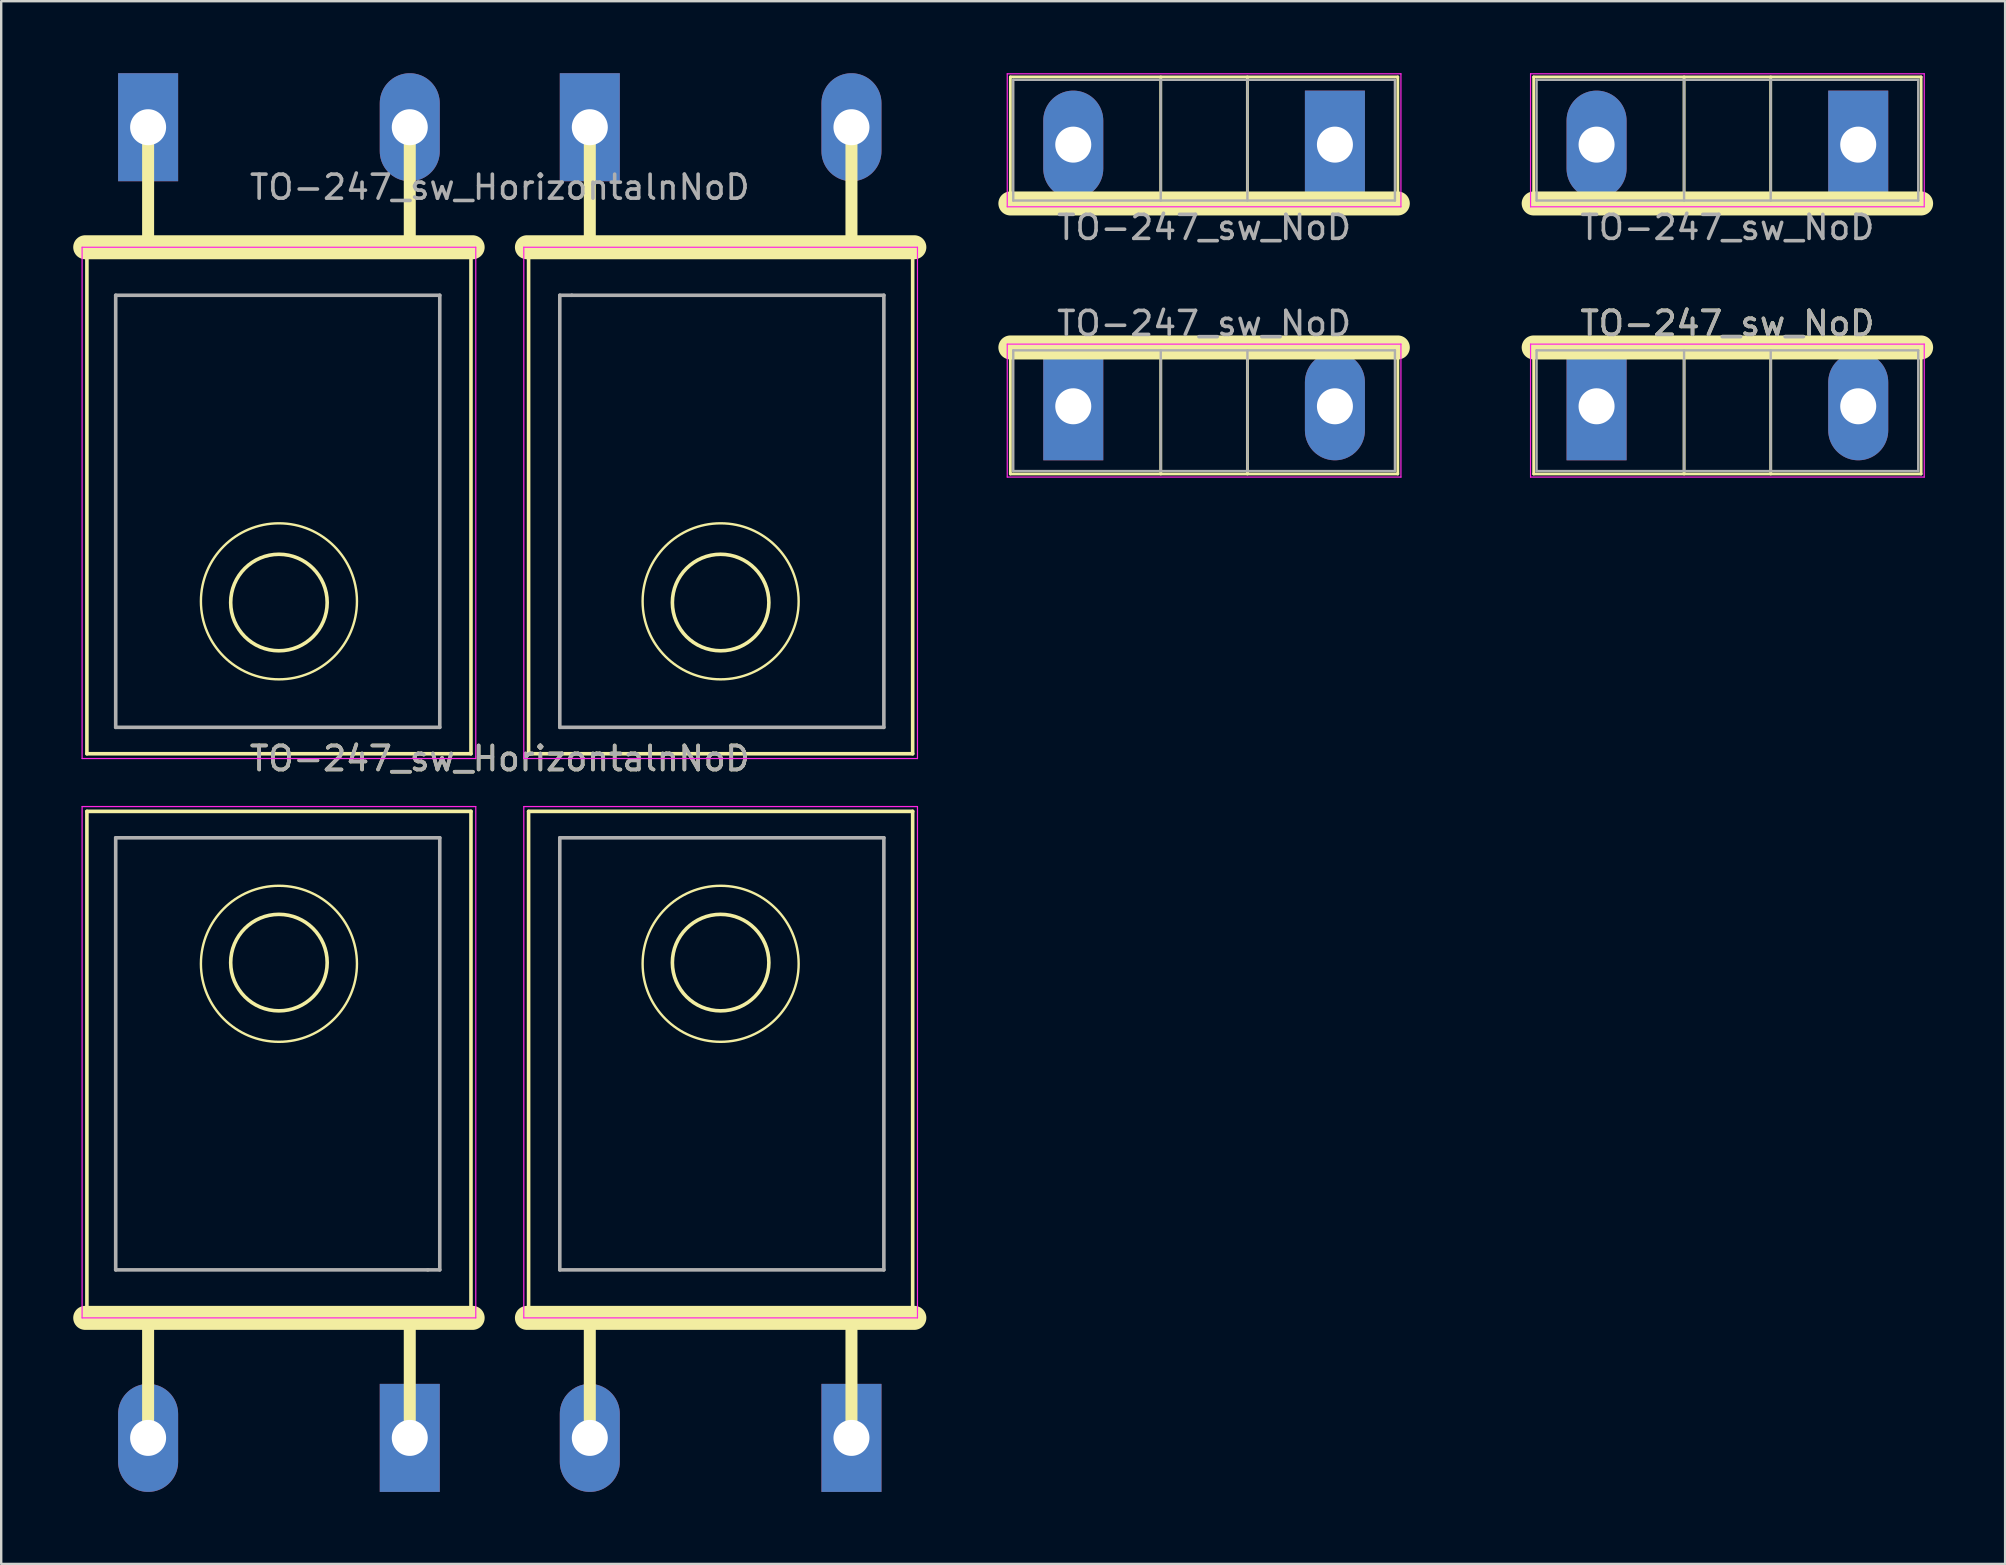
<source format=kicad_pcb>
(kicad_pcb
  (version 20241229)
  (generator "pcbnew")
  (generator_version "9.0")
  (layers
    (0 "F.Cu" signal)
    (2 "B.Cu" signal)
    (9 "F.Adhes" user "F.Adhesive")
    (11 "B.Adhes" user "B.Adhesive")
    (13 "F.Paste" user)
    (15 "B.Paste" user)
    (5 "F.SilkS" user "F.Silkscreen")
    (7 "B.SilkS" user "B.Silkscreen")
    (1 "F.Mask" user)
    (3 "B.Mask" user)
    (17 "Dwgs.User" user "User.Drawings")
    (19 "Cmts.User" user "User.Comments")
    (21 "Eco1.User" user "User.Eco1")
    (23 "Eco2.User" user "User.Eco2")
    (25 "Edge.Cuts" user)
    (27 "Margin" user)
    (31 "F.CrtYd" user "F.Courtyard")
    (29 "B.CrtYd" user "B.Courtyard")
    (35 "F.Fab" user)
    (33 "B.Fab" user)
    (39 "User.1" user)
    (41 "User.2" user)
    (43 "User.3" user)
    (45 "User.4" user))
  (footprint "TO-247_sw_HorizontalnNoD"
    (layer "F.Cu")
    (at 17.77 29.55)
    (property "Reference" "TO-247_sw_HorizontalnNoD" (at 0 -1 0) (layer "F.SilkS") (effects (font (size 1 1) (thickness 0.15))))
    (attr through_hole)
    (fp_line (start -17.27 22.3) (end -1.13 22.3) (stroke (width 1) (type solid)) (layer "F.SilkS"))
    (fp_line (start -17.2 -22.3) (end -17.2 -1.2) (stroke (width 0.15) (type solid)) (layer "F.SilkS"))
    (fp_line (start -17.2 1.2) (end -1.2 1.2) (stroke (width 0.15) (type solid)) (layer "F.SilkS"))
    (fp_line (start -17.2 22.3) (end -17.2 1.2) (stroke (width 0.15) (type solid)) (layer "F.SilkS"))
    (fp_line (start -14.65 -27.3) (end -14.65 -22.3) (stroke (width 0.5) (type solid)) (layer "F.SilkS"))
    (fp_line (start -14.65 27.3) (end -14.65 22.3) (stroke (width 0.5) (type solid)) (layer "F.SilkS"))
    (fp_line (start -3.75 -27.3) (end -3.75 -22.3) (stroke (width 0.5) (type solid)) (layer "F.SilkS"))
    (fp_line (start -3.75 27.3) (end -3.75 22.3) (stroke (width 0.5) (type solid)) (layer "F.SilkS"))
    (fp_line (start -1.2 -22.3) (end -1.2 -1.2) (stroke (width 0.15) (type solid)) (layer "F.SilkS"))
    (fp_line (start -1.2 -1.2) (end -17.2 -1.2) (stroke (width 0.15) (type solid)) (layer "F.SilkS"))
    (fp_line (start -1.2 22.3) (end -1.2 1.2) (stroke (width 0.15) (type solid)) (layer "F.SilkS"))
    (fp_line (start -1.13 -22.3) (end -17.27 -22.3) (stroke (width 1) (type solid)) (layer "F.SilkS"))
    (fp_line (start 1.13 22.3) (end 17.27 22.3) (stroke (width 1) (type solid)) (layer "F.SilkS"))
    (fp_line (start 1.2 -22.3) (end 1.2 -1.2) (stroke (width 0.15) (type solid)) (layer "F.SilkS"))
    (fp_line (start 1.2 1.2) (end 17.2 1.2) (stroke (width 0.15) (type solid)) (layer "F.SilkS"))
    (fp_line (start 1.2 22.3) (end 1.2 1.2) (stroke (width 0.15) (type solid)) (layer "F.SilkS"))
    (fp_line (start 3.75 -27.3) (end 3.75 -22.3) (stroke (width 0.5) (type solid)) (layer "F.SilkS"))
    (fp_line (start 3.75 27.3) (end 3.75 22.3) (stroke (width 0.5) (type solid)) (layer "F.SilkS"))
    (fp_line (start 14.65 -27.3) (end 14.65 -22.3) (stroke (width 0.5) (type solid)) (layer "F.SilkS"))
    (fp_line (start 14.65 27.3) (end 14.65 22.3) (stroke (width 0.5) (type solid)) (layer "F.SilkS"))
    (fp_line (start 17.2 -22.3) (end 17.2 -1.2) (stroke (width 0.15) (type solid)) (layer "F.SilkS"))
    (fp_line (start 17.2 -1.2) (end 1.2 -1.2) (stroke (width 0.15) (type solid)) (layer "F.SilkS"))
    (fp_line (start 17.2 22.3) (end 17.2 1.2) (stroke (width 0.15) (type solid)) (layer "F.SilkS"))
    (fp_line (start 17.27 -22.3) (end 1.13 -22.3) (stroke (width 1) (type solid)) (layer "F.SilkS"))
    (fp_circle (center -9.2 -7.55) (end -6.2 -6.3) (stroke (width 0.1) (type solid)) (fill no) (layer "F.SilkS"))
    (fp_circle (center -9.2 -7.5) (end -7.2 -7.3) (stroke (width 0.15) (type solid)) (fill no) (layer "F.SilkS"))
    (fp_circle (center -9.2 7.5) (end -11.2 7.3) (stroke (width 0.15) (type solid)) (fill no) (layer "F.SilkS"))
    (fp_circle (center -9.2 7.55) (end -12.2 6.3) (stroke (width 0.1) (type solid)) (fill no) (layer "F.SilkS"))
    (fp_circle (center 9.2 -7.55) (end 12.2 -6.3) (stroke (width 0.1) (type solid)) (fill no) (layer "F.SilkS"))
    (fp_circle (center 9.2 -7.5) (end 11.2 -7.3) (stroke (width 0.15) (type solid)) (fill no) (layer "F.SilkS"))
    (fp_circle (center 9.2 7.5) (end 7.2 7.3) (stroke (width 0.15) (type solid)) (fill no) (layer "F.SilkS"))
    (fp_circle (center 9.2 7.55) (end 6.2 6.3) (stroke (width 0.1) (type solid)) (fill no) (layer "F.SilkS"))
    (fp_line (start -17.4 -22.3) (end -1 -22.3) (stroke (width 0.05) (type solid)) (layer "F.CrtYd"))
    (fp_line (start -17.4 -1) (end -17.4 -22.3) (stroke (width 0.05) (type solid)) (layer "F.CrtYd"))
    (fp_line (start -17.4 1) (end -1 1) (stroke (width 0.05) (type solid)) (layer "F.CrtYd"))
    (fp_line (start -17.4 22.3) (end -17.4 1) (stroke (width 0.05) (type solid)) (layer "F.CrtYd"))
    (fp_line (start -1 -22.3) (end -1 -1) (stroke (width 0.05) (type solid)) (layer "F.CrtYd"))
    (fp_line (start -1 -1) (end -17.4 -1) (stroke (width 0.05) (type solid)) (layer "F.CrtYd"))
    (fp_line (start -1 1) (end -1 22.3) (stroke (width 0.05) (type solid)) (layer "F.CrtYd"))
    (fp_line (start -1 22.3) (end -17.4 22.3) (stroke (width 0.05) (type solid)) (layer "F.CrtYd"))
    (fp_line (start 1 -22.3) (end 17.4 -22.3) (stroke (width 0.05) (type solid)) (layer "F.CrtYd"))
    (fp_line (start 1 -1) (end 1 -22.3) (stroke (width 0.05) (type solid)) (layer "F.CrtYd"))
    (fp_line (start 1 1) (end 17.4 1) (stroke (width 0.05) (type solid)) (layer "F.CrtYd"))
    (fp_line (start 1 22.3) (end 1 1) (stroke (width 0.05) (type solid)) (layer "F.CrtYd"))
    (fp_line (start 17.4 -22.3) (end 17.4 -1) (stroke (width 0.05) (type solid)) (layer "F.CrtYd"))
    (fp_line (start 17.4 -1) (end 1 -1) (stroke (width 0.05) (type solid)) (layer "F.CrtYd"))
    (fp_line (start 17.4 1) (end 17.4 22.3) (stroke (width 0.05) (type solid)) (layer "F.CrtYd"))
    (fp_line (start 17.4 22.3) (end 1 22.3) (stroke (width 0.05) (type solid)) (layer "F.CrtYd"))
    (fp_line (start -16 -20.3) (end -16 -2.3) (stroke (width 0.15) (type solid)) (layer "F.Fab"))
    (fp_line (start -16 -2.3) (end -2.5 -2.3) (stroke (width 0.15) (type solid)) (layer "F.Fab"))
    (fp_line (start -16 2.3) (end -16 20.3) (stroke (width 0.15) (type solid)) (layer "F.Fab"))
    (fp_line (start -16 20.3) (end -3 20.3) (stroke (width 0.15) (type solid)) (layer "F.Fab"))
    (fp_line (start -3 20.3) (end -2.5 20.3) (stroke (width 0.15) (type solid)) (layer "F.Fab"))
    (fp_line (start -2.5 -20.3) (end -16 -20.3) (stroke (width 0.15) (type solid)) (layer "F.Fab"))
    (fp_line (start -2.5 -2.3) (end -2.5 -20.3) (stroke (width 0.15) (type solid)) (layer "F.Fab"))
    (fp_line (start -2.5 2.3) (end -16 2.3) (stroke (width 0.15) (type solid)) (layer "F.Fab"))
    (fp_line (start -2.5 20.3) (end -2.5 2.3) (stroke (width 0.15) (type solid)) (layer "F.Fab"))
    (fp_line (start 2.5 -20.3) (end 2.5 -2.3) (stroke (width 0.15) (type solid)) (layer "F.Fab"))
    (fp_line (start 2.5 -2.3) (end 16 -2.3) (stroke (width 0.15) (type solid)) (layer "F.Fab"))
    (fp_line (start 2.5 2.3) (end 2.5 20.3) (stroke (width 0.15) (type solid)) (layer "F.Fab"))
    (fp_line (start 2.5 20.3) (end 16 20.3) (stroke (width 0.15) (type solid)) (layer "F.Fab"))
    (fp_line (start 3 -20.3) (end 2.5 -20.3) (stroke (width 0.15) (type solid)) (layer "F.Fab"))
    (fp_line (start 16 -20.3) (end 3 -20.3) (stroke (width 0.15) (type solid)) (layer "F.Fab"))
    (fp_line (start 16 -2.3) (end 16 -20.3) (stroke (width 0.15) (type solid)) (layer "F.Fab"))
    (fp_line (start 16 2.3) (end 2.5 2.3) (stroke (width 0.15) (type solid)) (layer "F.Fab"))
    (fp_line (start 16 20.3) (end 16 2.3) (stroke (width 0.15) (type solid)) (layer "F.Fab"))
    (fp_text user "${REFERENCE}" (at 0 -1 180) (layer "F.Fab") (effects (font (size 1 1) (thickness 0.15))))
    (fp_text user "${REFERENCE}" (at 0 -24.8 0) (layer "F.Fab") (effects (font (size 1 1) (thickness 0.15))))
    (pad "G1" thru_hole rect (at -14.65 -27.3) (size 2.5 4.5) (drill 1.5) (layers "*.Cu" "*.Mask"))
    (pad "G1" thru_hole rect (at 3.75 -27.3) (size 2.5 4.5) (drill 1.5) (layers "*.Cu" "*.Mask"))
    (pad "G2" thru_hole rect (at -3.75 27.3 180) (size 2.5 4.5) (drill 1.5) (layers "*.Cu" "*.Mask"))
    (pad "G2" thru_hole rect (at 14.65 27.3 180) (size 2.5 4.5) (drill 1.5) (layers "*.Cu" "*.Mask"))
    (pad "S1" thru_hole oval (at -3.75 -27.3) (size 2.5 4.5) (drill 1.5) (layers "*.Cu" "*.Mask"))
    (pad "S1" thru_hole oval (at 14.65 -27.3) (size 2.5 4.5) (drill 1.5) (layers "*.Cu" "*.Mask"))
    (pad "S2" thru_hole oval (at -14.65 27.3 180) (size 2.5 4.5) (drill 1.5) (layers "*.Cu" "*.Mask"))
    (pad "S2" thru_hole oval (at 3.75 27.3 180) (size 2.5 4.5) (drill 1.5) (layers "*.Cu" "*.Mask")))
  (footprint "TO-247_sw_NoD"
    (layer "F.Cu")
    (at 58.01 8.425)
    (property "Reference" "TO-247_sw_NoD" (at 10.9 2 0) (layer "F.SilkS") (effects (font (size 1 1) (thickness 0.15))))
    (attr through_hole)
    (fp_line (start -18.97 -2.999) (end -18.97 -8.27) (stroke (width 0.12) (type solid)) (layer "F.SilkS"))
    (fp_line (start -18.97 2.999) (end -18.97 8.27) (stroke (width 0.12) (type solid)) (layer "F.SilkS"))
    (fp_line (start -18.97 2.999) (end -2.83 2.999) (stroke (width 1) (type solid)) (layer "F.SilkS"))
    (fp_line (start -18.97 8.27) (end -2.83 8.27) (stroke (width 0.12) (type solid)) (layer "F.SilkS"))
    (fp_line (start -12.705 -2.999) (end -12.705 -8.27) (stroke (width 0.12) (type solid)) (layer "F.SilkS"))
    (fp_line (start -12.704 2.999) (end -12.704 8.27) (stroke (width 0.12) (type solid)) (layer "F.SilkS"))
    (fp_line (start -9.096 -2.999) (end -9.096 -8.27) (stroke (width 0.12) (type solid)) (layer "F.SilkS"))
    (fp_line (start -9.095 2.999) (end -9.095 8.27) (stroke (width 0.12) (type solid)) (layer "F.SilkS"))
    (fp_line (start -2.83 -8.27) (end -18.97 -8.27) (stroke (width 0.12) (type solid)) (layer "F.SilkS"))
    (fp_line (start -2.83 -2.999) (end -18.97 -2.999) (stroke (width 1) (type solid)) (layer "F.SilkS"))
    (fp_line (start -2.83 -2.999) (end -2.83 -8.27) (stroke (width 0.12) (type solid)) (layer "F.SilkS"))
    (fp_line (start -2.83 2.999) (end -2.83 8.27) (stroke (width 0.12) (type solid)) (layer "F.SilkS"))
    (fp_line (start 2.83 -2.999) (end 2.83 -8.27) (stroke (width 0.12) (type solid)) (layer "F.SilkS"))
    (fp_line (start 2.83 2.999) (end 2.83 8.27) (stroke (width 0.12) (type solid)) (layer "F.SilkS"))
    (fp_line (start 2.83 2.999) (end 18.97 2.999) (stroke (width 1) (type solid)) (layer "F.SilkS"))
    (fp_line (start 2.83 8.27) (end 18.97 8.27) (stroke (width 0.12) (type solid)) (layer "F.SilkS"))
    (fp_line (start 9.095 -2.999) (end 9.095 -8.27) (stroke (width 0.12) (type solid)) (layer "F.SilkS"))
    (fp_line (start 9.096 2.999) (end 9.096 8.27) (stroke (width 0.12) (type solid)) (layer "F.SilkS"))
    (fp_line (start 12.704 -2.999) (end 12.704 -8.27) (stroke (width 0.12) (type solid)) (layer "F.SilkS"))
    (fp_line (start 12.705 2.999) (end 12.705 8.27) (stroke (width 0.12) (type solid)) (layer "F.SilkS"))
    (fp_line (start 18.97 -8.27) (end 2.83 -8.27) (stroke (width 0.12) (type solid)) (layer "F.SilkS"))
    (fp_line (start 18.97 -2.999) (end 2.83 -2.999) (stroke (width 1) (type solid)) (layer "F.SilkS"))
    (fp_line (start 18.97 -2.999) (end 18.97 -8.27) (stroke (width 0.12) (type solid)) (layer "F.SilkS"))
    (fp_line (start 18.97 2.999) (end 18.97 8.27) (stroke (width 0.12) (type solid)) (layer "F.SilkS"))
    (fp_line (start -19.1 -8.4) (end -19.1 -2.86) (stroke (width 0.05) (type solid)) (layer "F.CrtYd"))
    (fp_line (start -19.1 -2.86) (end -2.7 -2.86) (stroke (width 0.05) (type solid)) (layer "F.CrtYd"))
    (fp_line (start -19.1 2.86) (end -19.1 8.4) (stroke (width 0.05) (type solid)) (layer "F.CrtYd"))
    (fp_line (start -19.1 8.4) (end -2.7 8.4) (stroke (width 0.05) (type solid)) (layer "F.CrtYd"))
    (fp_line (start -2.7 -8.4) (end -19.1 -8.4) (stroke (width 0.05) (type solid)) (layer "F.CrtYd"))
    (fp_line (start -2.7 -2.86) (end -2.7 -8.4) (stroke (width 0.05) (type solid)) (layer "F.CrtYd"))
    (fp_line (start -2.7 2.86) (end -19.1 2.86) (stroke (width 0.05) (type solid)) (layer "F.CrtYd"))
    (fp_line (start -2.7 8.4) (end -2.7 2.86) (stroke (width 0.05) (type solid)) (layer "F.CrtYd"))
    (fp_line (start 2.7 -8.4) (end 2.7 -2.86) (stroke (width 0.05) (type solid)) (layer "F.CrtYd"))
    (fp_line (start 2.7 -2.86) (end 19.1 -2.86) (stroke (width 0.05) (type solid)) (layer "F.CrtYd"))
    (fp_line (start 2.7 2.86) (end 2.7 8.4) (stroke (width 0.05) (type solid)) (layer "F.CrtYd"))
    (fp_line (start 2.7 8.4) (end 19.1 8.4) (stroke (width 0.05) (type solid)) (layer "F.CrtYd"))
    (fp_line (start 19.1 -8.4) (end 2.7 -8.4) (stroke (width 0.05) (type solid)) (layer "F.CrtYd"))
    (fp_line (start 19.1 -2.86) (end 19.1 -8.4) (stroke (width 0.05) (type solid)) (layer "F.CrtYd"))
    (fp_line (start 19.1 2.86) (end 2.7 2.86) (stroke (width 0.05) (type solid)) (layer "F.CrtYd"))
    (fp_line (start 19.1 8.4) (end 19.1 2.86) (stroke (width 0.05) (type solid)) (layer "F.CrtYd"))
    (fp_line (start -18.85 -8.15) (end -18.85 -3.12) (stroke (width 0.1) (type solid)) (layer "F.Fab"))
    (fp_line (start -18.85 -3.12) (end -2.95 -3.12) (stroke (width 0.1) (type solid)) (layer "F.Fab"))
    (fp_line (start -18.85 3.12) (end -18.85 8.15) (stroke (width 0.1) (type solid)) (layer "F.Fab"))
    (fp_line (start -18.85 8.15) (end -2.95 8.15) (stroke (width 0.1) (type solid)) (layer "F.Fab"))
    (fp_line (start -12.705 -3.12) (end -12.705 -8.15) (stroke (width 0.1) (type solid)) (layer "F.Fab"))
    (fp_line (start -12.705 3.12) (end -12.705 8.15) (stroke (width 0.1) (type solid)) (layer "F.Fab"))
    (fp_line (start -9.095 -3.12) (end -9.095 -8.15) (stroke (width 0.1) (type solid)) (layer "F.Fab"))
    (fp_line (start -9.095 3.12) (end -9.095 8.15) (stroke (width 0.1) (type solid)) (layer "F.Fab"))
    (fp_line (start -2.95 -8.15) (end -18.85 -8.15) (stroke (width 0.1) (type solid)) (layer "F.Fab"))
    (fp_line (start -2.95 -3.12) (end -2.95 -8.15) (stroke (width 0.1) (type solid)) (layer "F.Fab"))
    (fp_line (start -2.95 3.12) (end -18.85 3.12) (stroke (width 0.1) (type solid)) (layer "F.Fab"))
    (fp_line (start -2.95 8.15) (end -2.95 3.12) (stroke (width 0.1) (type solid)) (layer "F.Fab"))
    (fp_line (start 2.95 -8.15) (end 2.95 -3.12) (stroke (width 0.1) (type solid)) (layer "F.Fab"))
    (fp_line (start 2.95 -3.12) (end 18.85 -3.12) (stroke (width 0.1) (type solid)) (layer "F.Fab"))
    (fp_line (start 2.95 3.12) (end 2.95 8.15) (stroke (width 0.1) (type solid)) (layer "F.Fab"))
    (fp_line (start 2.95 8.15) (end 18.85 8.15) (stroke (width 0.1) (type solid)) (layer "F.Fab"))
    (fp_line (start 9.095 -3.12) (end 9.095 -8.15) (stroke (width 0.1) (type solid)) (layer "F.Fab"))
    (fp_line (start 9.095 3.12) (end 9.095 8.15) (stroke (width 0.1) (type solid)) (layer "F.Fab"))
    (fp_line (start 12.705 -3.12) (end 12.705 -8.15) (stroke (width 0.1) (type solid)) (layer "F.Fab"))
    (fp_line (start 12.705 3.12) (end 12.705 8.15) (stroke (width 0.1) (type solid)) (layer "F.Fab"))
    (fp_line (start 18.85 -8.15) (end 2.95 -8.15) (stroke (width 0.1) (type solid)) (layer "F.Fab"))
    (fp_line (start 18.85 -3.12) (end 18.85 -8.15) (stroke (width 0.1) (type solid)) (layer "F.Fab"))
    (fp_line (start 18.85 3.12) (end 2.95 3.12) (stroke (width 0.1) (type solid)) (layer "F.Fab"))
    (fp_line (start 18.85 8.15) (end 18.85 3.12) (stroke (width 0.1) (type solid)) (layer "F.Fab"))
    (fp_text user "${REFERENCE}" (at 10.9 -2 180) (layer "F.Fab") (effects (font (size 1 1) (thickness 0.15))))
    (fp_text user "${REFERENCE}" (at -10.9 2 0) (layer "F.Fab") (effects (font (size 1 1) (thickness 0.15))))
    (fp_text user "${REFERENCE}" (at -10.9 -2 180) (layer "F.Fab") (effects (font (size 1 1) (thickness 0.15))))
    (fp_text user "${REFERENCE}" (at 10.9 2 0) (layer "F.Fab") (effects (font (size 1 1) (thickness 0.15))))
    (pad "G1" thru_hole rect (at -16.35 5.45) (size 2.5 4.5) (drill 1.5) (layers "*.Cu" "*.Mask"))
    (pad "G1" thru_hole rect (at 5.45 5.45) (size 2.5 4.5) (drill 1.5) (layers "*.Cu" "*.Mask"))
    (pad "G2" thru_hole rect (at -5.45 -5.45 180) (size 2.5 4.5) (drill 1.5) (layers "*.Cu" "*.Mask"))
    (pad "G2" thru_hole rect (at 16.35 -5.45 180) (size 2.5 4.5) (drill 1.5) (layers "*.Cu" "*.Mask"))
    (pad "S1" thru_hole oval (at -16.35 -5.45 180) (size 2.5 4.5) (drill 1.5) (layers "*.Cu" "*.Mask"))
    (pad "S1" thru_hole oval (at -5.45 5.45) (size 2.5 4.5) (drill 1.5) (layers "*.Cu" "*.Mask"))
    (pad "S2" thru_hole oval (at 5.45 -5.45 180) (size 2.5 4.5) (drill 1.5) (layers "*.Cu" "*.Mask"))
    (pad "S2" thru_hole oval (at 16.35 5.45) (size 2.5 4.5) (drill 1.5) (layers "*.Cu" "*.Mask")))
  (gr_rect
    (start -3 -3)
    (end 80.48 62.1)
    (stroke (width 0.1) (type default))
    (fill no)
    (layer "Edge.Cuts")))
</source>
